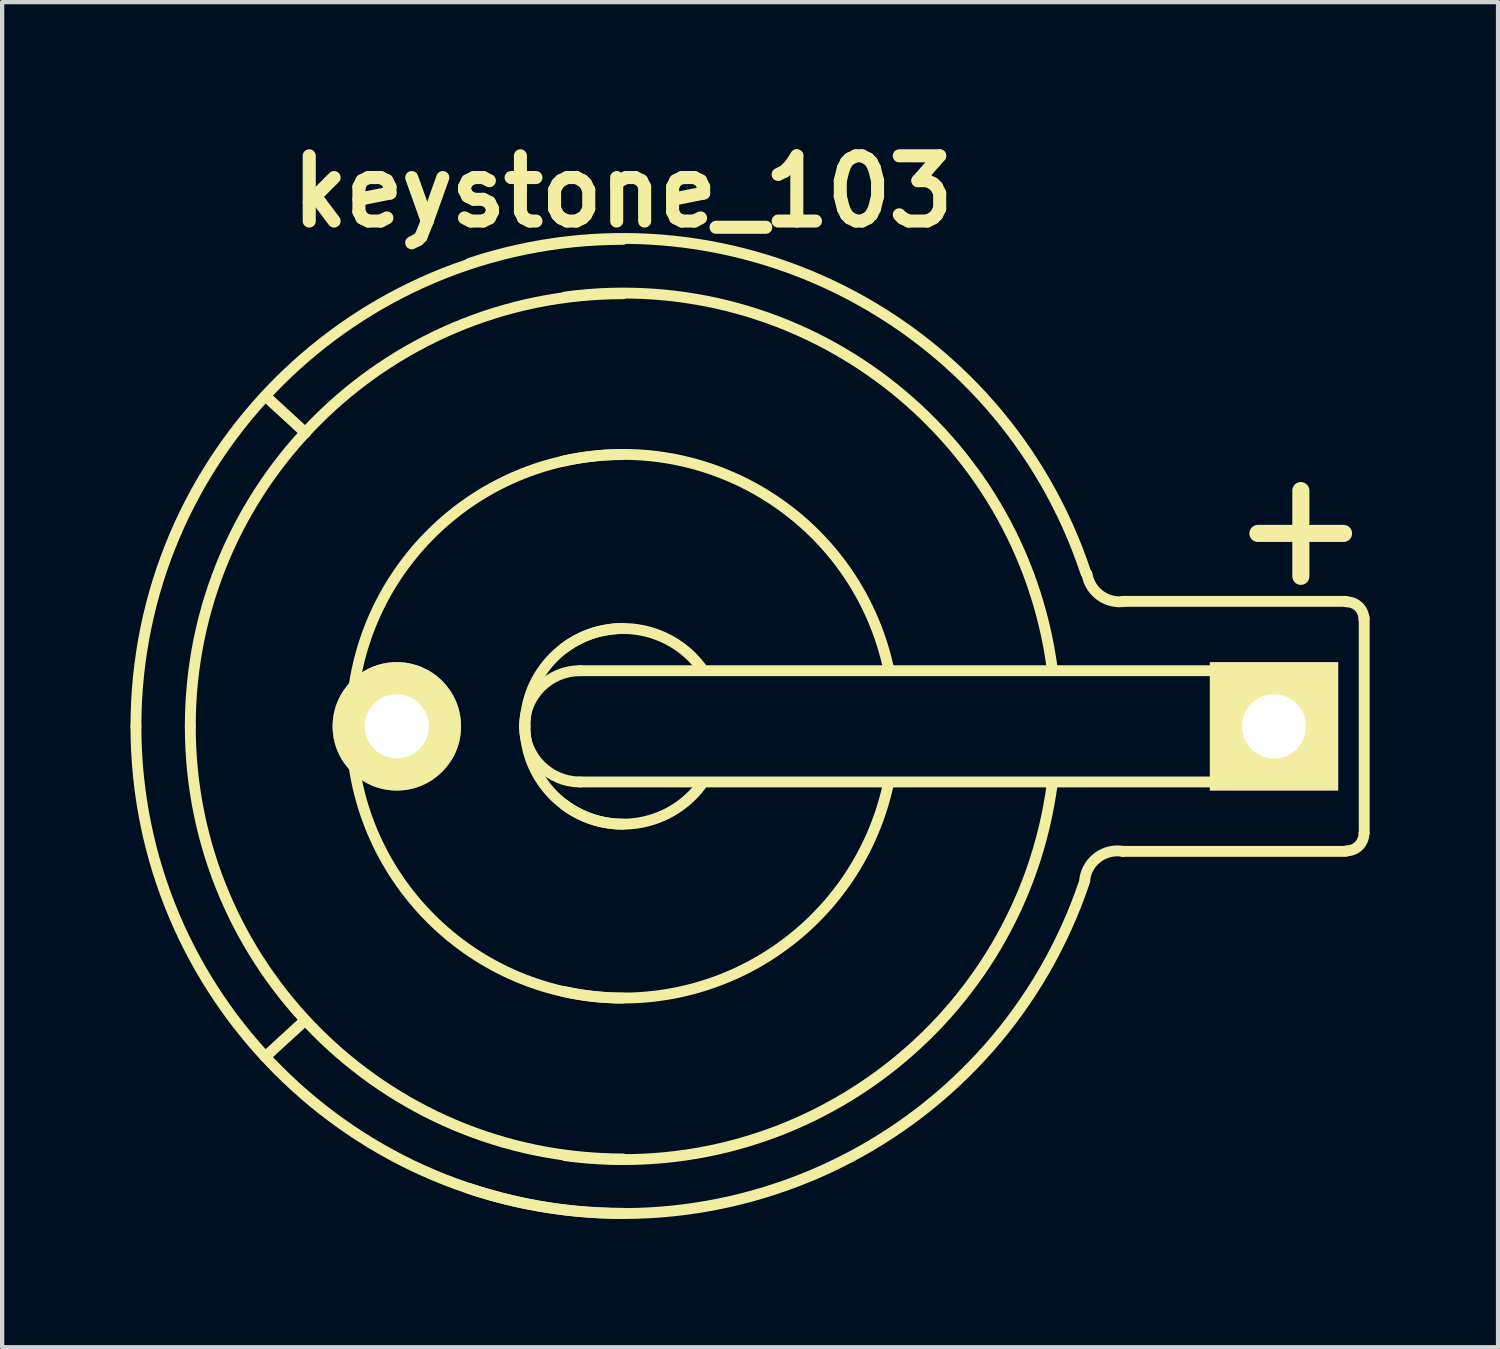
<source format=kicad_pcb>
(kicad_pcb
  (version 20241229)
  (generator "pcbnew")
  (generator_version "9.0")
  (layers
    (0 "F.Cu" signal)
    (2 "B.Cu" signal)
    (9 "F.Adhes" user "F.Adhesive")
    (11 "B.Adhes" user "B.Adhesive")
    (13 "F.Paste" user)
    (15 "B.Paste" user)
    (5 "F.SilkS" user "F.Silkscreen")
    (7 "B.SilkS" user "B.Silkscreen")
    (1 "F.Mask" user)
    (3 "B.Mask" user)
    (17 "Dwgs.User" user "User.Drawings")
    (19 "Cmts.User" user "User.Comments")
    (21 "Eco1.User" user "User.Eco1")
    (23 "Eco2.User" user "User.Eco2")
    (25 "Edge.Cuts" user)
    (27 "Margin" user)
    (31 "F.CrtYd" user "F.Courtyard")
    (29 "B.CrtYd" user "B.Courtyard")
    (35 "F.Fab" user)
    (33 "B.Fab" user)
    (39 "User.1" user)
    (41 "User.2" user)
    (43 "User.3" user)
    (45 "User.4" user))
  (footprint "keystone_103"
    (layer "F.Cu")
    (at 11.506 13.923)
    (property "Reference" "keystone_103" (at 0 -12.497 0) (layer "F.SilkS") (effects (font (size 1.524 1.524) (thickness 0.305))))
    (attr through_hole)
    (fp_line (start -8.357 -7.722) (end -7.417 -6.858) (stroke (width 0.254) (type solid)) (layer "F.SilkS"))
    (fp_line (start -8.357 7.722) (end -7.442 6.883) (stroke (width 0.254) (type solid)) (layer "F.SilkS"))
    (fp_line (start -1.001 -1.3) (end 15.199 -1.3) (stroke (width 0.254) (type solid)) (layer "F.SilkS"))
    (fp_line (start 11.684 -2.921) (end 16.891 -2.921) (stroke (width 0.254) (type solid)) (layer "F.SilkS"))
    (fp_line (start 14.839 -4.508) (end 16.84 -4.508) (stroke (width 0.399) (type solid)) (layer "F.SilkS"))
    (fp_line (start 15.199 1.3) (end -1.001 1.3) (stroke (width 0.254) (type solid)) (layer "F.SilkS"))
    (fp_line (start 15.207 -1.3) (end 15.207 1.3) (stroke (width 0.254) (type solid)) (layer "F.SilkS"))
    (fp_line (start 15.842 -3.505) (end 15.842 -5.509) (stroke (width 0.399) (type solid)) (layer "F.SilkS"))
    (fp_line (start 16.891 2.921) (end 11.684 2.921) (stroke (width 0.254) (type solid)) (layer "F.SilkS"))
    (fp_line (start 17.323 -2.54) (end 17.323 2.489) (stroke (width 0.254) (type solid)) (layer "F.SilkS"))
    (fp_arc (start -11.3792 0) (mid -8.046309 -8.046309) (end 0 -11.3792) (stroke (width 0.254) (type solid)) (layer "F.SilkS"))
    (fp_arc (start -10.1092 0) (mid -7.148284 -7.148284) (end 0 -10.1092) (stroke (width 0.254) (type solid)) (layer "F.SilkS"))
    (fp_arc (start -6.35 0.0254) (mid -4.508089 -4.472168) (end -0.0254 -6.35) (stroke (width 0.254) (type solid)) (layer "F.SilkS"))
    (fp_arc (start -3.5814 -10.8204) (mid 5.118746 -10.18361) (end 10.8204 -3.5814) (stroke (width 0.254) (type solid)) (layer "F.SilkS"))
    (fp_arc (start -2.30124 0) (mid -1.920338 -0.919578) (end -1.00076 -1.30048) (stroke (width 0.254) (type solid)) (layer "F.SilkS"))
    (fp_arc (start -2.286 0) (mid -1.616446 -1.616446) (end 0 -2.286) (stroke (width 0.254) (type solid)) (layer "F.SilkS"))
    (fp_arc (start -1.397 -6.1976) (mid 3.394537 -5.370193) (end 6.1976 -1.397) (stroke (width 0.254) (type solid)) (layer "F.SilkS"))
    (fp_arc (start -1.3716 -1.8288) (mid 0.323289 -2.263025) (end 1.8288 -1.3716) (stroke (width 0.254) (type solid)) (layer "F.SilkS"))
    (fp_arc (start -1.3462 -10.033) (mid 6.142495 -8.046309) (end 10.033 -1.3462) (stroke (width 0.254) (type solid)) (layer "F.SilkS"))
    (fp_arc (start -1.00076 1.30048) (mid -1.920338 0.919578) (end -2.30124 0) (stroke (width 0.254) (type solid)) (layer "F.SilkS"))
    (fp_arc (start 0 2.286) (mid -1.616446 1.616446) (end -2.286 0) (stroke (width 0.254) (type solid)) (layer "F.SilkS"))
    (fp_arc (start 0 6.35) (mid -4.490128 4.490128) (end -6.35 0) (stroke (width 0.254) (type solid)) (layer "F.SilkS"))
    (fp_arc (start 0 10.1092) (mid -7.148284 7.148284) (end -10.1092 0) (stroke (width 0.254) (type solid)) (layer "F.SilkS"))
    (fp_arc (start 0 11.3792) (mid -8.046309 8.046309) (end -11.3792 0) (stroke (width 0.254) (type solid)) (layer "F.SilkS"))
    (fp_arc (start 1.8288 1.3716) (mid 0.323289 2.263025) (end -1.3716 1.8288) (stroke (width 0.254) (type solid)) (layer "F.SilkS"))
    (fp_arc (start 6.1976 1.3716) (mid 3.412497 5.352233) (end -1.3716 6.1976) (stroke (width 0.254) (type solid)) (layer "F.SilkS"))
    (fp_arc (start 10.033 1.3462) (mid 6.142495 8.046309) (end -1.3462 10.033) (stroke (width 0.254) (type solid)) (layer "F.SilkS"))
    (fp_arc (start 10.795 3.556) (mid 11.107987 3.054382) (end 11.684 2.921) (stroke (width 0.254) (type solid)) (layer "F.SilkS"))
    (fp_arc (start 10.795 3.6068) (mid 5.082825 10.18361) (end -3.6068 10.795) (stroke (width 0.254) (type solid)) (layer "F.SilkS"))
    (fp_arc (start 11.7348 -2.921) (mid 11.158787 -3.054382) (end 10.8458 -3.556) (stroke (width 0.254) (type solid)) (layer "F.SilkS"))
    (fp_arc (start 16.91386 -2.9083) (mid 17.197636 -2.790756) (end 17.31518 -2.50698) (stroke (width 0.254) (type solid)) (layer "F.SilkS"))
    (fp_arc (start 17.31518 2.50698) (mid 17.197636 2.790756) (end 16.91386 2.9083) (stroke (width 0.254) (type solid)) (layer "F.SilkS"))
    (pad "1" thru_hole rect (at 15.215 0) (size 2.997 2.997) (drill 1.499) (layers "*.Cu" "*.Mask" "F.SilkS"))
    (pad "2" thru_hole circle (at -5.283 0) (size 3 3) (drill 1.499) (layers "*.Cu" "*.Mask" "F.SilkS")))
  (gr_rect
    (start -3 -3)
    (end 31.956 28.432)
    (stroke (width 0.1) (type default))
    (fill no)
    (layer "Edge.Cuts")))
</source>
